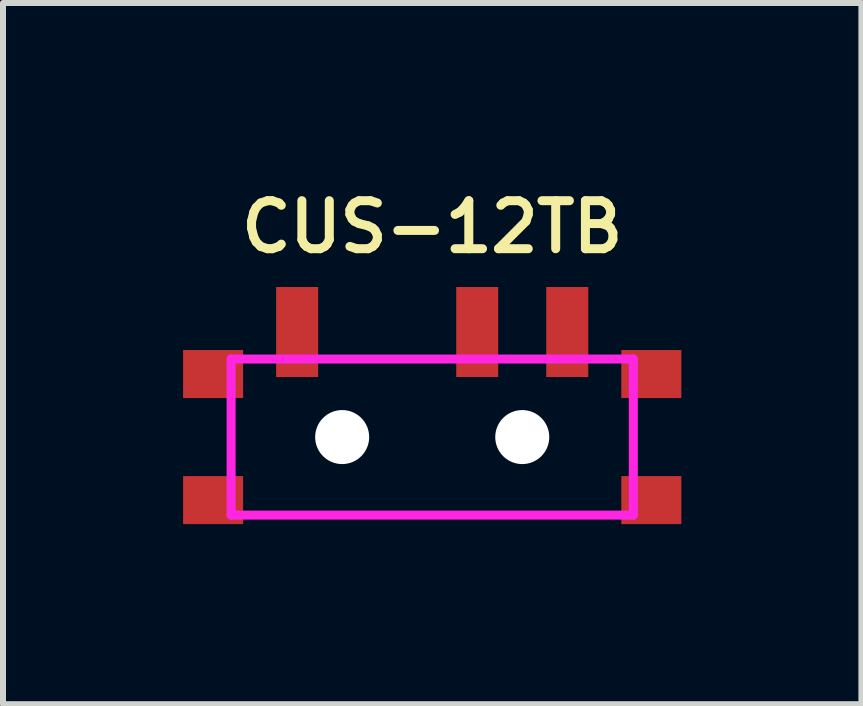
<source format=kicad_pcb>
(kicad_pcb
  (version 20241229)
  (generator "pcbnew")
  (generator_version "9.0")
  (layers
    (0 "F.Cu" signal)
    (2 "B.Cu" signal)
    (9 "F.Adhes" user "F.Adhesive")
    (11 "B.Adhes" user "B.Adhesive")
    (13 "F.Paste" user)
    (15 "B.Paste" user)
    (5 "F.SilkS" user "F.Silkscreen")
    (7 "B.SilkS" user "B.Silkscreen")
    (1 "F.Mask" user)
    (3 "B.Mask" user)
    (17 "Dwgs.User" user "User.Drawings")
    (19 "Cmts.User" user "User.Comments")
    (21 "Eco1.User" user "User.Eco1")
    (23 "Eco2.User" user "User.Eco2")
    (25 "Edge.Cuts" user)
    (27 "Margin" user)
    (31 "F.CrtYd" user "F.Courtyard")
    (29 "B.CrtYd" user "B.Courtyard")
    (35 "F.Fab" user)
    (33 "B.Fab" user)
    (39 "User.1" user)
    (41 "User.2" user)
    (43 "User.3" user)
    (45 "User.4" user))
  (footprint "CUS-12TB"
    (layer "F.Cu")
    (at 4.15 4.231)
    (property "Reference" "CUS-12TB" (at 0 -3.5 0) (layer "F.SilkS") (effects (font (size 0.8 0.8) (thickness 0.15))))
    (attr through_hole)
    (fp_line (start -3.35 -1.3) (end -3.35 1.3) (stroke (width 0.15) (type solid)) (layer "F.CrtYd"))
    (fp_line (start -3.35 1.3) (end 3.35 1.3) (stroke (width 0.15) (type solid)) (layer "F.CrtYd"))
    (fp_line (start 3.35 -1.3) (end -3.35 -1.3) (stroke (width 0.15) (type solid)) (layer "F.CrtYd"))
    (fp_line (start 3.35 -1.3) (end 3.35 1.3) (stroke (width 0.15) (type solid)) (layer "F.CrtYd"))
    (pad "" smd rect (at -3.65 -1.05) (size 1 0.8) (layers "F.Cu" "F.Mask" "F.Paste"))
    (pad "" smd rect (at -3.65 1.05) (size 1 0.8) (layers "F.Cu" "F.Mask" "F.Paste"))
    (pad "" np_thru_hole circle (at -1.5 0) (size 0.9 0.9) (drill 0.9) (layers "*.Cu" "*.Mask"))
    (pad "" np_thru_hole circle (at 1.5 0) (size 0.9 0.9) (drill 0.9) (layers "*.Cu" "*.Mask"))
    (pad "" smd rect (at 3.65 -1.05) (size 1 0.8) (layers "F.Cu" "F.Mask" "F.Paste"))
    (pad "" smd rect (at 3.65 1.05) (size 1 0.8) (layers "F.Cu" "F.Mask" "F.Paste"))
    (pad "1" smd rect (at -2.25 -1.75) (size 0.7 1.5) (layers "F.Cu" "F.Mask" "F.Paste"))
    (pad "2" smd rect (at 0.75 -1.75) (size 0.7 1.5) (layers "F.Cu" "F.Mask" "F.Paste"))
    (pad "3" smd rect (at 2.25 -1.75) (size 0.7 1.5) (layers "F.Cu" "F.Mask" "F.Paste")))
  (gr_rect
    (start -3 -3)
    (end 11.3 8.681)
    (stroke (width 0.1) (type default))
    (fill no)
    (layer "Edge.Cuts")))
</source>
